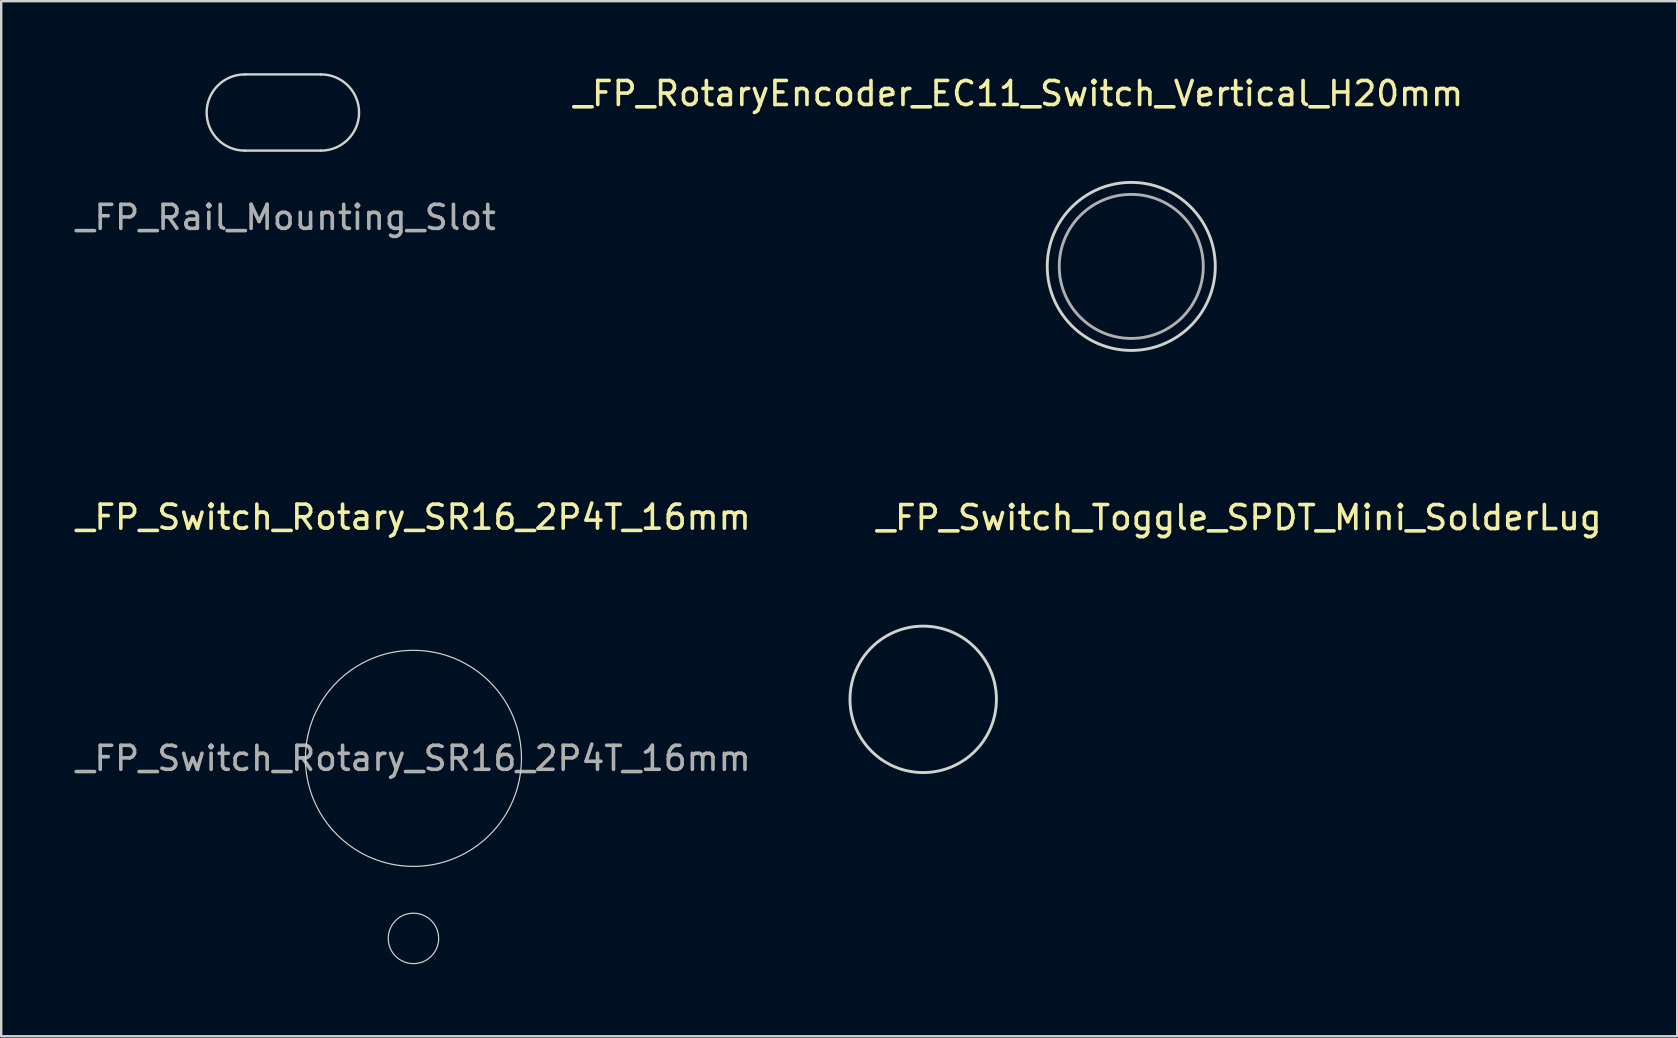
<source format=kicad_pcb>
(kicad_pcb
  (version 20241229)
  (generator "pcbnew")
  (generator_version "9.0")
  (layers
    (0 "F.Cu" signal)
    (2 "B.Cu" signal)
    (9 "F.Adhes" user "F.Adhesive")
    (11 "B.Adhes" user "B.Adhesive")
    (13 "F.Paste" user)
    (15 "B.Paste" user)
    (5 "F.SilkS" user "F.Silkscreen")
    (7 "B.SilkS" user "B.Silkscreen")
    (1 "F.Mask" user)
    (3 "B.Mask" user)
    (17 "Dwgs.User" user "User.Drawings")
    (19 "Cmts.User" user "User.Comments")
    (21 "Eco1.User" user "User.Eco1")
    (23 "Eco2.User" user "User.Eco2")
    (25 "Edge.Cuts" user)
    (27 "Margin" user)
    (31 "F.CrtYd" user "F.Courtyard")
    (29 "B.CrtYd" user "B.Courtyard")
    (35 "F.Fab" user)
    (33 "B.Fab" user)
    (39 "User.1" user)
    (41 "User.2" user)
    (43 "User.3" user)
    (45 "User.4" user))
  (footprint "_FP_RotaryEncoder_EC11_Switch_Vertical_H20mm"
    (layer "F.Cu")
    (at 44.075 8.048)
    (property "Reference" "_FP_RotaryEncoder_EC11_Switch_Vertical_H20mm" (at -4.7 -7.2 0) (layer "F.SilkS") (effects (font (size 1 1) (thickness 0.15))))
    (attr through_hole)
    (fp_line (start -3 0) (end 3 0) (stroke (width 0.12) (type solid)) (layer "Eco2.User"))
    (fp_line (start 0 -3) (end 0 3) (stroke (width 0.12) (type solid)) (layer "Eco2.User"))
    (fp_rect (start -6.1 -5.9) (end 6.1 5.9) (stroke (width 0.12) (type solid)) (fill no) (layer "Eco2.User"))
    (fp_circle (center 0 0) (end 3 0) (stroke (width 0.12) (type solid)) (fill no) (layer "Eco2.User"))
    (fp_circle (center 0 0) (end 3.5 0) (stroke (width 0.12) (type solid)) (fill no) (layer "Edge.Cuts"))
    (fp_circle (center 0 0) (end 3 0) (stroke (width 0.12) (type solid)) (fill no) (layer "F.Fab"))
    (pad "" smd rect (at -7.5 -2.5) (size 2 2) (layers "Eco2.User"))
    (pad "" smd circle (at -7.5 0) (size 2 2) (layers "Eco2.User"))
    (pad "" smd circle (at -7.5 2.5) (size 2 2) (layers "Eco2.User"))
    (pad "" smd rect (at 0 -5.6) (size 3.2 2) (layers "Eco2.User"))
    (pad "" smd rect (at 0 5.6) (size 3.2 2) (layers "Eco2.User"))
    (pad "" smd circle (at 7 -2.5) (size 2 2) (layers "Eco2.User"))
    (pad "" smd circle (at 7 2.5) (size 2 2) (layers "Eco2.User")))
  (footprint "_FP_Switch_Toggle_SPDT_Mini_SolderLug"
    (layer "F.Cu")
    (at 35.408 26.083)
    (property "Reference" "_FP_Switch_Toggle_SPDT_Mini_SolderLug" (at -2.032 -6.985 0) (layer "F.SilkS") (effects (font (size 1 1) (thickness 0.15)) (justify left bottom)))
    (attr through_hole)
    (fp_line (start -4 6.5) (end -4 -6.5) (stroke (width 0.125) (type solid)) (layer "Eco2.User"))
    (fp_line (start -3.9 -6.6) (end 3.9 -6.6) (stroke (width 0.125) (type solid)) (layer "Eco2.User"))
    (fp_line (start 3.9 6.6) (end -3.9 6.6) (stroke (width 0.125) (type solid)) (layer "Eco2.User"))
    (fp_line (start 4 -6.5) (end 4 6.5) (stroke (width 0.125) (type solid)) (layer "Eco2.User"))
    (fp_arc (start -4.0005 -6.477) (mid -3.963303 -6.566803) (end -3.8735 -6.604) (stroke (width 0.125) (type solid)) (layer "Eco2.User"))
    (fp_arc (start -3.8735 6.604) (mid -3.963303 6.566803) (end -4.0005 6.477) (stroke (width 0.125) (type solid)) (layer "Eco2.User"))
    (fp_arc (start 3.8735 -6.604) (mid 3.963303 -6.566803) (end 4.0005 -6.477) (stroke (width 0.125) (type solid)) (layer "Eco2.User"))
    (fp_arc (start 4.0005 6.477) (mid 3.963303 6.566803) (end 3.8735 6.604) (stroke (width 0.125) (type solid)) (layer "Eco2.User"))
    (fp_circle (center 0 0) (end 3.05 0) (stroke (width 0.12) (type solid)) (fill no) (layer "Edge.Cuts"))
    (pad "" smd circle (at 0 -4.7) (size 3.2 3.2) (layers "Eco2.User"))
    (pad "" smd circle (at 0 0) (size 3.2 3.2) (layers "Eco2.User"))
    (pad "" smd circle (at 0 4.7) (size 3.2 3.2) (layers "Eco2.User")))
  (footprint "_FP_Switch_Rotary_SR16_2P4T_16mm"
    (layer "F.Cu")
    (at 14.173 28.541)
    (property "Reference" "_FP_Switch_Rotary_SR16_2P4T_16mm" (at 0 -10.045 0) (unlocked yes) (layer "F.SilkS") (effects (font (size 1 1) (thickness 0.15))))
    (fp_rect (start -1 7) (end 1 7.9) (stroke (width 0.1) (type default)) (fill no) (layer "Eco2.User"))
    (fp_circle (center 0 0) (end 2.75 0) (stroke (width 0.1) (type default)) (fill no) (layer "Eco2.User"))
    (fp_circle (center 0 0) (end 8 0) (stroke (width 0.12) (type default)) (fill no) (layer "Eco2.User"))
    (fp_circle (center 0 0) (end 4.5 0) (stroke (width 0.05) (type default)) (fill no) (layer "Edge.Cuts"))
    (fp_circle (center 0 7.5) (end 0 8.55) (stroke (width 0.05) (type default)) (fill no) (layer "Edge.Cuts"))
    (fp_text user "${REFERENCE}" (at 0 0 0) (layer "F.Fab") (effects (font (size 1 1) (thickness 0.15))))
    (pad "" smd oval (at -7.391 -3.061 180) (size 2 2) (layers "Eco2.User"))
    (pad "" smd oval (at -7.391 3.061 180) (size 2 2) (layers "Eco2.User"))
    (pad "" smd oval (at -3.061 -7.391 180) (size 2 2) (layers "Eco2.User"))
    (pad "" smd oval (at -3.061 7.391 180) (size 2 2) (layers "Eco2.User"))
    (pad "" smd circle (at -2.75 0) (size 2 2) (layers "Eco2.User"))
    (pad "" smd circle (at 2.75 0) (size 2 2) (layers "Eco2.User"))
    (pad "" smd oval (at 3.061 -7.391 180) (size 2 2) (layers "Eco2.User"))
    (pad "" smd oval (at 3.061 7.391 180) (size 2 2) (layers "Eco2.User"))
    (pad "" smd oval (at 7.391 -3.061 180) (size 2 2) (layers "Eco2.User"))
    (pad "" smd oval (at 7.391 3.061 180) (size 2 2) (layers "Eco2.User")))
  (footprint "_FP_Rail_Mounting_Slot"
    (layer "F.Cu")
    (at 8.733 1.637)
    (property "Reference" "_FP_Rail_Mounting_Slot" (at 0.13 4.37 0) (layer "F.Fab") (effects (font (size 1 1) (thickness 0.15))))
    (attr through_hole)
    (fp_line (start -1.587 -1.587) (end 1.587 -1.587) (stroke (width 0.1) (type solid)) (layer "Edge.Cuts"))
    (fp_line (start -1.587 1.587) (end 1.587 1.587) (stroke (width 0.1) (type solid)) (layer "Edge.Cuts"))
    (fp_arc (start -1.5875 1.5875) (mid -3.175 0) (end -1.5875 -1.5875) (stroke (width 0.1) (type solid)) (layer "Edge.Cuts"))
    (fp_arc (start 1.5875 -1.5875) (mid 3.175 0) (end 1.5875 1.5875) (stroke (width 0.1) (type solid)) (layer "Edge.Cuts")))
  (gr_rect
    (start -3 -3)
    (end 66.817 40.117)
    (stroke (width 0.1) (type default))
    (fill no)
    (layer "Edge.Cuts")))
</source>
